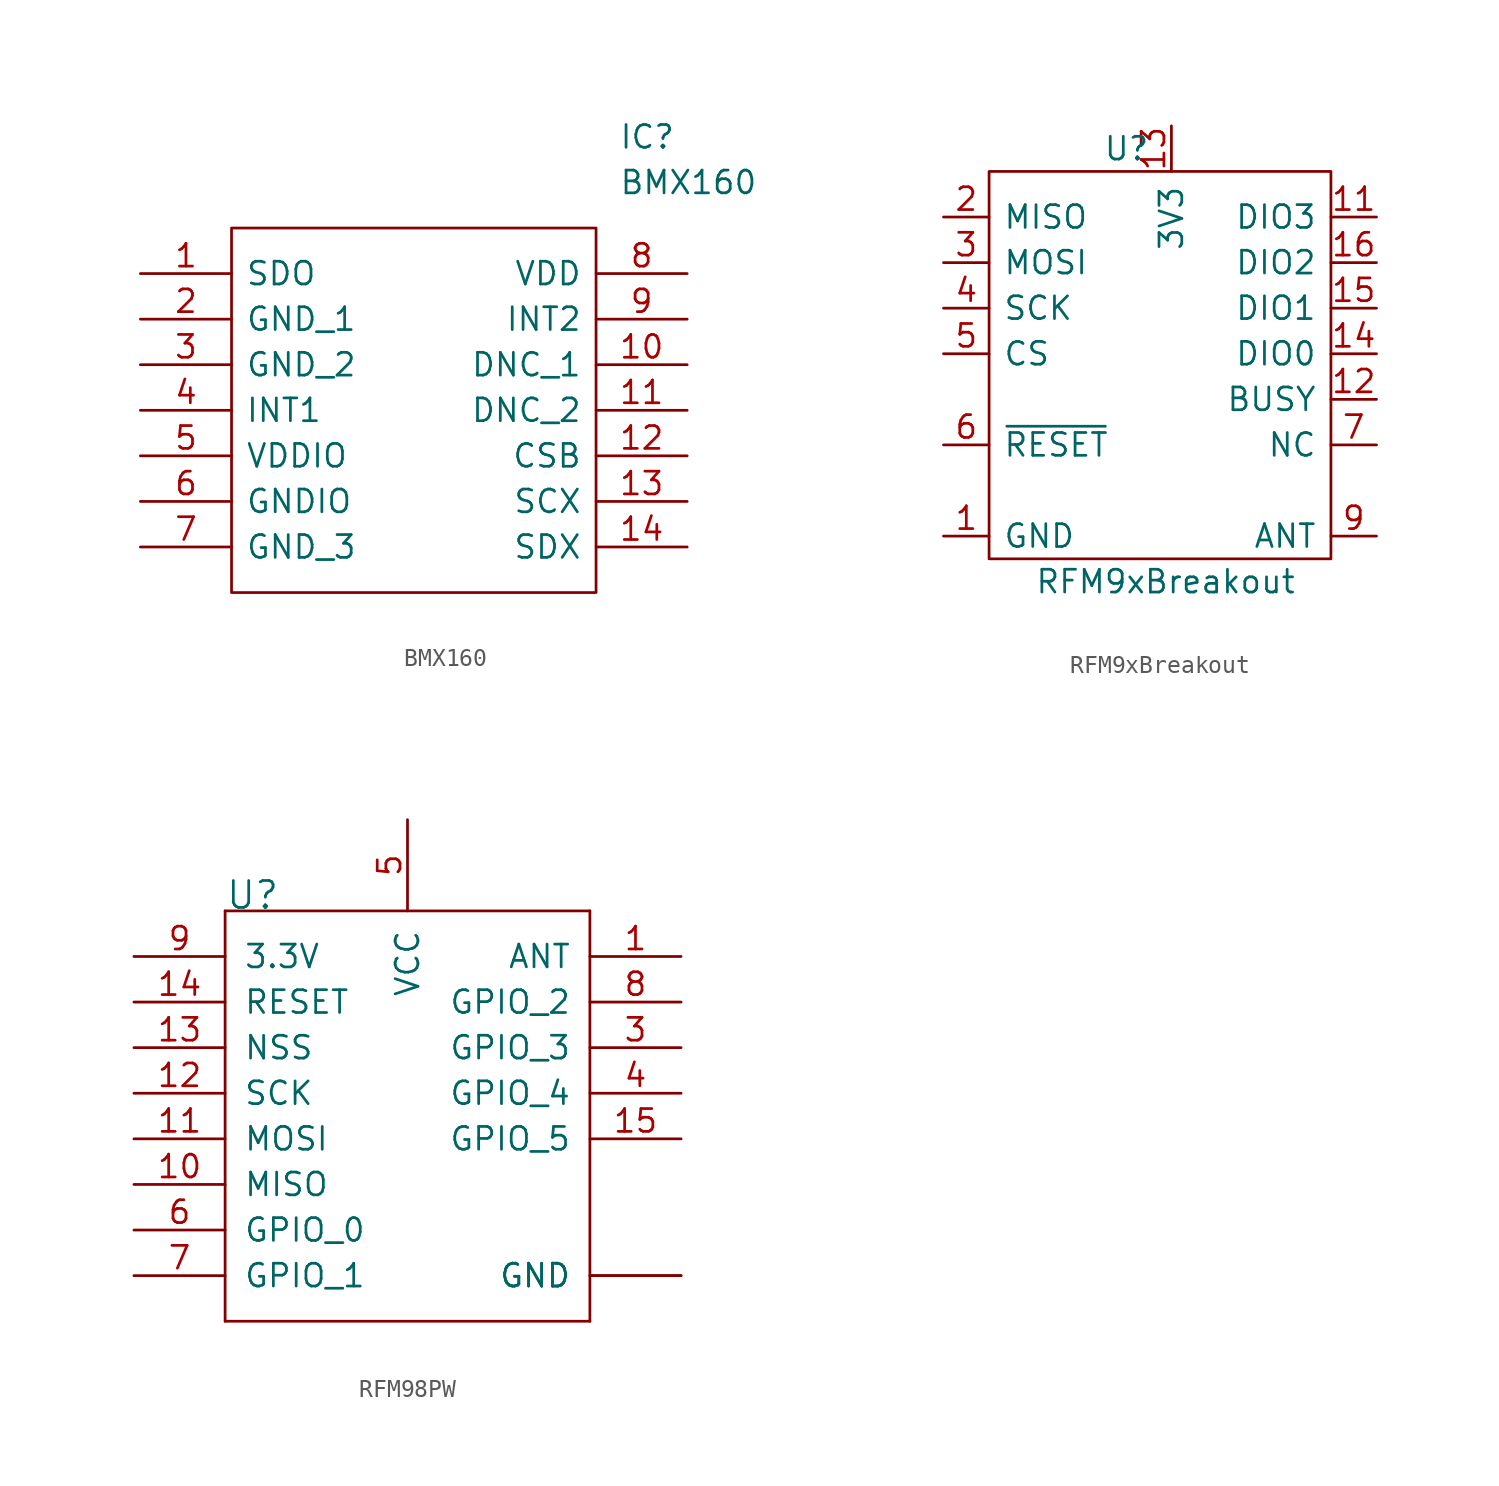
<source format=kicad_sym>
(kicad_symbol_lib
  (version 20241209)
  (generator "kicad_symbol_editor")
  (generator_version "9.0")
  (symbol "BMX160"
    (pin_names
      (offset 0.762))
    (property "Reference" "IC"
      (at 26.67 7.62 0)
      (effects (font (size 1.27 1.27)) (justify left)))
    (property "Value" "BMX160"
      (at 26.67 5.08 0)
      (effects (font (size 1.27 1.27)) (justify left)))
    (symbol "BMX160_0_0"
      (pin bidirectional line (at 0 0 0) (length 5.08) (name "SDO" (effects (font (size 1.27 1.27)))) (number "1" (effects (font (size 1.27 1.27)))))
      (pin bidirectional line (at 0 -2.54 0) (length 5.08) (name "GND_1" (effects (font (size 1.27 1.27)))) (number "2" (effects (font (size 1.27 1.27)))))
      (pin bidirectional line (at 0 -5.08 0) (length 5.08) (name "GND_2" (effects (font (size 1.27 1.27)))) (number "3" (effects (font (size 1.27 1.27)))))
      (pin bidirectional line (at 0 -7.62 0) (length 5.08) (name "INT1" (effects (font (size 1.27 1.27)))) (number "4" (effects (font (size 1.27 1.27)))))
      (pin bidirectional line (at 0 -10.16 0) (length 5.08) (name "VDDIO" (effects (font (size 1.27 1.27)))) (number "5" (effects (font (size 1.27 1.27)))))
      (pin bidirectional line (at 0 -12.7 0) (length 5.08) (name "GNDIO" (effects (font (size 1.27 1.27)))) (number "6" (effects (font (size 1.27 1.27)))))
      (pin bidirectional line (at 0 -15.24 0) (length 5.08) (name "GND_3" (effects (font (size 1.27 1.27)))) (number "7" (effects (font (size 1.27 1.27)))))
      (pin bidirectional line (at 30.48 0 180) (length 5.08) (name "VDD" (effects (font (size 1.27 1.27)))) (number "8" (effects (font (size 1.27 1.27)))))
      (pin bidirectional line (at 30.48 -2.54 180) (length 5.08) (name "INT2" (effects (font (size 1.27 1.27)))) (number "9" (effects (font (size 1.27 1.27)))))
      (pin bidirectional line (at 30.48 -5.08 180) (length 5.08) (name "DNC_1" (effects (font (size 1.27 1.27)))) (number "10" (effects (font (size 1.27 1.27)))))
      (pin bidirectional line (at 30.48 -7.62 180) (length 5.08) (name "DNC_2" (effects (font (size 1.27 1.27)))) (number "11" (effects (font (size 1.27 1.27)))))
      (pin bidirectional line (at 30.48 -10.16 180) (length 5.08) (name "CSB" (effects (font (size 1.27 1.27)))) (number "12" (effects (font (size 1.27 1.27)))))
      (pin bidirectional line (at 30.48 -12.7 180) (length 5.08) (name "SCX" (effects (font (size 1.27 1.27)))) (number "13" (effects (font (size 1.27 1.27)))))
      (pin bidirectional line (at 30.48 -15.24 180) (length 5.08) (name "SDX" (effects (font (size 1.27 1.27)))) (number "14" (effects (font (size 1.27 1.27))))))
    (symbol "BMX160_0_1"
      (polyline (pts (xy 5.08 2.54) (xy 25.4 2.54) (xy 25.4 -17.78) (xy 5.08 -17.78) (xy 5.08 2.54)) (stroke (width 0.152) (type default)) (fill (type none)))))
  (symbol "RFM9xBreakout"
    (pin_names
      (offset 0.762))
    (property "Reference" "U"
      (at -3.81 12.7 0)
      (effects (font (size 1.27 1.27)) (justify left)))
    (property "Value" "RFM9xBreakout"
      (at -7.62 -11.43 0)
      (effects (font (size 1.27 1.27)) (justify left)))
    (symbol "RFM9xBreakout_0_1"
      (rectangle (start -10.16 11.43) (end 8.89 -10.16) (stroke (width 0) (type default)) (fill (type none))))
    (symbol "RFM9xBreakout_1_1"
      (pin bidirectional line (at -12.7 8.89 0) (length 2.54) (name "MISO" (effects (font (size 1.27 1.27)))) (number "2" (effects (font (size 1.27 1.27)))))
      (pin bidirectional line (at -12.7 6.35 0) (length 2.54) (name "MOSI" (effects (font (size 1.27 1.27)))) (number "3" (effects (font (size 1.27 1.27)))))
      (pin bidirectional line (at -12.7 3.81 0) (length 2.54) (name "SCK" (effects (font (size 1.27 1.27)))) (number "4" (effects (font (size 1.27 1.27)))))
      (pin bidirectional line (at -12.7 1.27 0) (length 2.54) (name "CS" (effects (font (size 1.27 1.27)))) (number "5" (effects (font (size 1.27 1.27)))))
      (pin bidirectional line (at -12.7 -3.81 0) (length 2.54) (name "~{RESET}" (effects (font (size 1.27 1.27)))) (number "6" (effects (font (size 1.27 1.27)))))
      (pin bidirectional line (at -12.7 -8.89 0) (length 2.54) (name "GND" (effects (font (size 1.27 1.27)))) (number "1" (effects (font (size 1.27 1.27)))))
      (pin bidirectional line (at -12.7 -8.89 0) (length 2.54) (hide yes) (name "GND" (effects (font (size 1.27 1.27)))) (number "10" (effects (font (size 1.27 1.27)))))
      (pin bidirectional line (at -12.7 -8.89 0) (length 2.54) (hide yes) (name "GND" (effects (font (size 1.27 1.27)))) (number "8" (effects (font (size 1.27 1.27)))))
      (pin bidirectional line (at 0 13.97 270) (length 2.54) (name "3V3" (effects (font (size 1.27 1.27)))) (number "13" (effects (font (size 1.27 1.27)))))
      (pin bidirectional line (at 11.43 8.89 180) (length 2.54) (name "DIO3" (effects (font (size 1.27 1.27)))) (number "11" (effects (font (size 1.27 1.27)))))
      (pin bidirectional line (at 11.43 6.35 180) (length 2.54) (name "DIO2" (effects (font (size 1.27 1.27)))) (number "16" (effects (font (size 1.27 1.27)))))
      (pin bidirectional line (at 11.43 3.81 180) (length 2.54) (name "DIO1" (effects (font (size 1.27 1.27)))) (number "15" (effects (font (size 1.27 1.27)))))
      (pin bidirectional line (at 11.43 1.27 180) (length 2.54) (name "DIO0" (effects (font (size 1.27 1.27)))) (number "14" (effects (font (size 1.27 1.27)))))
      (pin bidirectional line (at 11.43 -1.27 180) (length 2.54) (name "BUSY" (effects (font (size 1.27 1.27)))) (number "12" (effects (font (size 1.27 1.27)))))
      (pin bidirectional line (at 11.43 -3.81 180) (length 2.54) (name "NC" (effects (font (size 1.27 1.27)))) (number "7" (effects (font (size 1.27 1.27)))))
      (pin bidirectional line (at 11.43 -8.89 180) (length 2.54) (name "ANT" (effects (font (size 1.27 1.27)))) (number "9" (effects (font (size 1.27 1.27)))))))
  (symbol "RFM98PW"
    (pin_names
      (offset 1.016))
    (property "Reference" "U"
      (at -7.62 10.16 0)
      (effects (font (size 1.499 1.499)) (justify left bottom)))
    (symbol "RFM98PW_1_0"
      (polyline (pts (xy -7.62 10.16) (xy 12.7 10.16)) (stroke (width 0) (type default)) (fill (type none)))
      (polyline (pts (xy -7.62 -12.7) (xy -7.62 10.16)) (stroke (width 0) (type default)) (fill (type none)))
      (polyline (pts (xy 12.7 10.16) (xy 12.7 -12.7)) (stroke (width 0) (type default)) (fill (type none)))
      (polyline (pts (xy 12.7 -12.7) (xy -7.62 -12.7)) (stroke (width 0) (type default)) (fill (type none)))
      (pin power_in line (at -12.7 7.62 0) (length 5.08) (name "3.3V" (effects (font (size 1.27 1.27)))) (number "9" (effects (font (size 1.27 1.27)))))
      (pin bidirectional line (at -12.7 5.08 0) (length 5.08) (name "RESET" (effects (font (size 1.27 1.27)))) (number "14" (effects (font (size 1.27 1.27)))))
      (pin bidirectional line (at -12.7 2.54 0) (length 5.08) (name "NSS" (effects (font (size 1.27 1.27)))) (number "13" (effects (font (size 1.27 1.27)))))
      (pin input line (at -12.7 0 0) (length 5.08) (name "SCK" (effects (font (size 1.27 1.27)))) (number "12" (effects (font (size 1.27 1.27)))))
      (pin input line (at -12.7 -2.54 0) (length 5.08) (name "MOSI" (effects (font (size 1.27 1.27)))) (number "11" (effects (font (size 1.27 1.27)))))
      (pin output line (at -12.7 -5.08 0) (length 5.08) (name "MISO" (effects (font (size 1.27 1.27)))) (number "10" (effects (font (size 1.27 1.27)))))
      (pin bidirectional line (at -12.7 -7.62 0) (length 5.08) (name "GPIO_0" (effects (font (size 1.27 1.27)))) (number "6" (effects (font (size 1.27 1.27)))))
      (pin bidirectional line (at -12.7 -10.16 0) (length 5.08) (name "GPIO_1" (effects (font (size 1.27 1.27)))) (number "7" (effects (font (size 1.27 1.27)))))
      (pin power_in line (at 2.54 15.24 270) (length 5.08) (name "VCC" (effects (font (size 1.27 1.27)))) (number "5" (effects (font (size 1.27 1.27)))))
      (pin bidirectional line (at 17.78 7.62 180) (length 5.08) (name "ANT" (effects (font (size 1.27 1.27)))) (number "1" (effects (font (size 1.27 1.27)))))
      (pin bidirectional line (at 17.78 5.08 180) (length 5.08) (name "GPIO_2" (effects (font (size 1.27 1.27)))) (number "8" (effects (font (size 1.27 1.27)))))
      (pin bidirectional line (at 17.78 2.54 180) (length 5.08) (name "GPIO_3" (effects (font (size 1.27 1.27)))) (number "3" (effects (font (size 1.27 1.27)))))
      (pin bidirectional line (at 17.78 0 180) (length 5.08) (name "GPIO_4" (effects (font (size 1.27 1.27)))) (number "4" (effects (font (size 1.27 1.27)))))
      (pin bidirectional line (at 17.78 -2.54 180) (length 5.08) (name "GPIO_5" (effects (font (size 1.27 1.27)))) (number "15" (effects (font (size 1.27 1.27)))))
      (pin power_in line (at 17.78 -10.16 180) (length 5.08) (name "GND" (effects (font (size 1.27 1.27)))) (number "16" (effects (font (size 0 0)))))
      (pin power_in line (at 17.78 -10.16 180) (length 5.08) (hide yes) (name "GND" (effects (font (size 1.27 1.27)))) (number "17" (effects (font (size 1.27 1.27)))))
      (pin power_in line (at 17.78 -10.16 180) (length 5.08) (name "GND" (effects (font (size 1.27 1.27)))) (number "2" (effects (font (size 0 0))))))))
</source>
